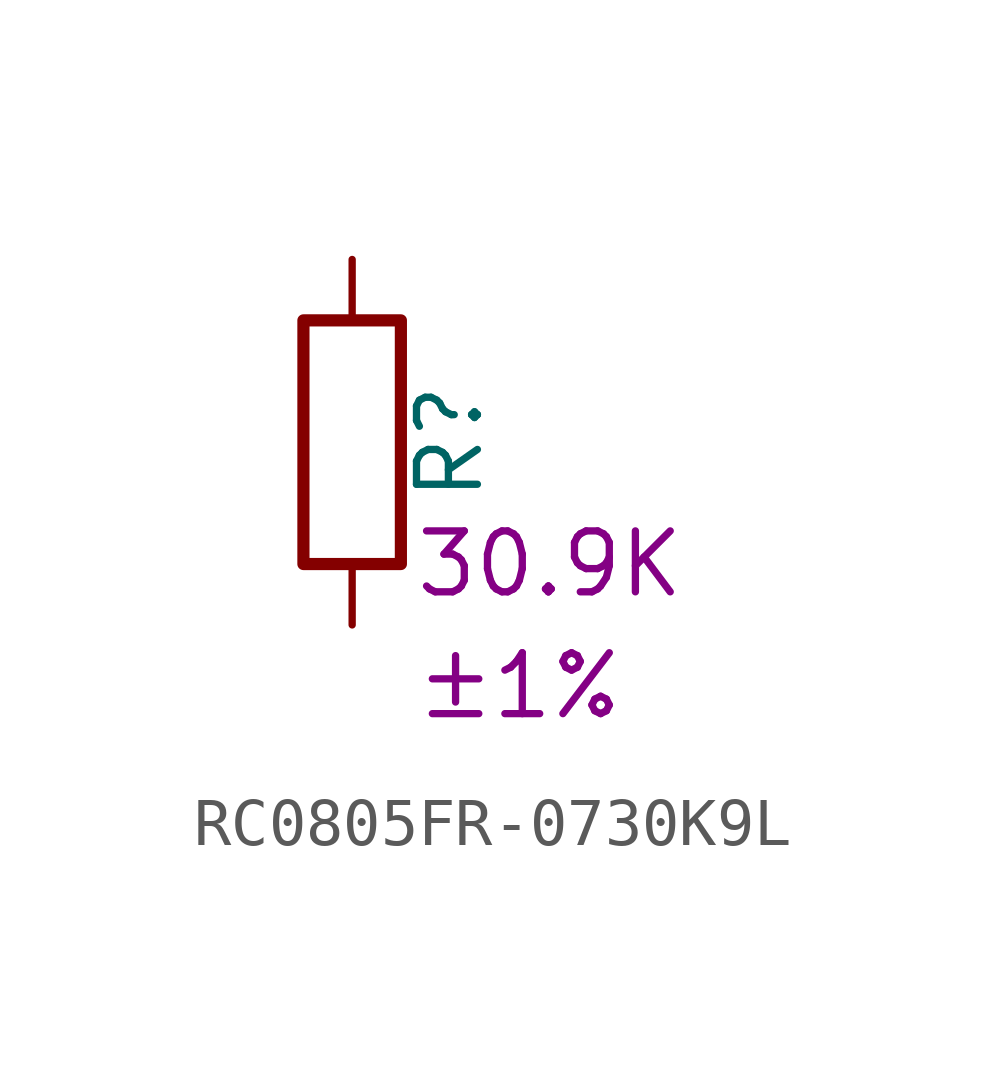
<source format=kicad_sym>
(kicad_symbol_lib
  (version 20220914)
  (generator kicad_symbol_editor)
  (symbol "RC0805FR-0730K9L"
    (pin_numbers hide)
    (pin_names
      (offset 0))
    (property "Reference" "R"
      (at 2.032 0 90)
      (effects (font (size 1.27 1.27))))
    (property "Resistance" "30.9K"
      (at 1.27 -2.54 0)
      (effects (font (size 1.27 1.27)) (justify left)))
    (property "Tolerance" "±1%"
      (at 1.27 -5.08 0)
      (effects (font (size 1.27 1.27)) (justify left)))
    (symbol "RC0805FR-0730K9L_0_1"
      (rectangle (start -1.016 -2.54) (end 1.016 2.54) (stroke (width 0.254) (type default)) (fill (type none))))
    (symbol "RC0805FR-0730K9L_1_1"
      (pin passive line (at 0 3.81 270) (length 1.27) (name "~" (effects (font (size 1.27 1.27)))) (number "1" (effects (font (size 1.27 1.27)))))
      (pin passive line (at 0 -3.81 90) (length 1.27) (name "~" (effects (font (size 1.27 1.27)))) (number "2" (effects (font (size 1.27 1.27))))))))
</source>
